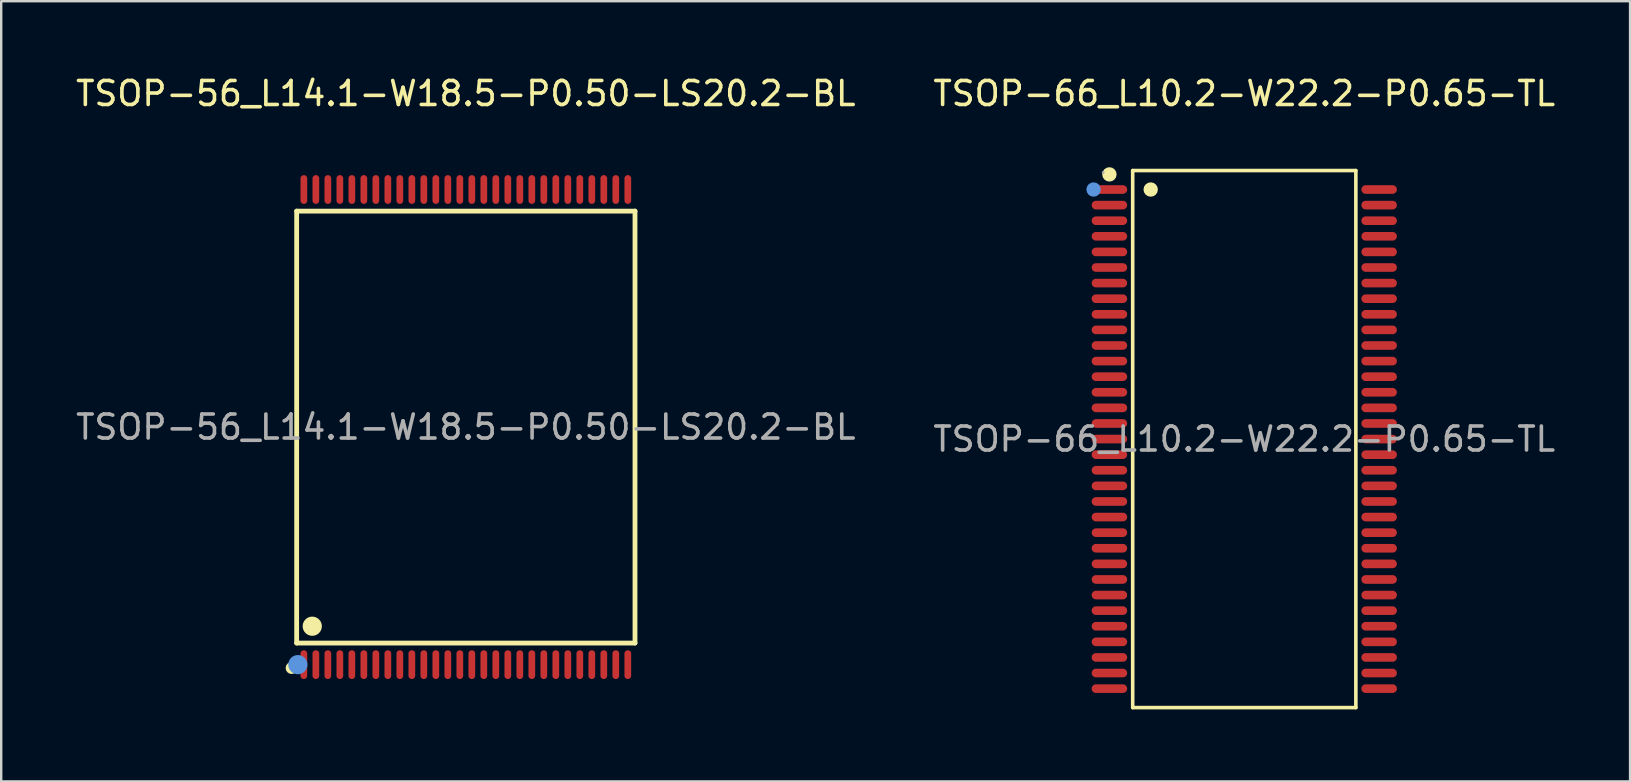
<source format=kicad_pcb>
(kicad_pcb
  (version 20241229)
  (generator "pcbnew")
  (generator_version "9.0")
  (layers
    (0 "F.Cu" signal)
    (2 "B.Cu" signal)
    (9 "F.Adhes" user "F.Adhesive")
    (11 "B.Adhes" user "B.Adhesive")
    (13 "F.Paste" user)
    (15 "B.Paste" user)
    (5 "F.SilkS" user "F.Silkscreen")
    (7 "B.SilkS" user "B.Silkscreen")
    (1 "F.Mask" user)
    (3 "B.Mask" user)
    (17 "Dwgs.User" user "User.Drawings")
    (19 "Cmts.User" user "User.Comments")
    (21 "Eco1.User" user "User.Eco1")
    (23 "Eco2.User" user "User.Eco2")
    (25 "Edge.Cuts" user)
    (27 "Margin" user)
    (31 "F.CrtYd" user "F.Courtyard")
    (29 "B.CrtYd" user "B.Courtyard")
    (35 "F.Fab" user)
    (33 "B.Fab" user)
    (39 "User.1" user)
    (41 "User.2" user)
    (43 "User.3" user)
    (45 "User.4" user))
  (footprint "TSOP-66_L10.2-W22.2-P0.65-TL"
    (layer "F.Cu")
    (at 48.804 15.248)
    (property "Reference" "TSOP-66_L10.2-W22.2-P0.65-TL" (at 0 -14.4 0) (layer "F.SilkS") (effects (font (size 1 1) (thickness 0.15))))
    (attr through_hole)
    (fp_line (start -4.65 -11.19) (end 4.65 -11.19) (stroke (width 0.15) (type solid)) (layer "F.SilkS"))
    (fp_line (start -4.65 11.19) (end -4.65 -11.19) (stroke (width 0.15) (type solid)) (layer "F.SilkS"))
    (fp_line (start 4.65 -11.19) (end 4.65 11.19) (stroke (width 0.15) (type solid)) (layer "F.SilkS"))
    (fp_line (start 4.65 11.19) (end -4.65 11.19) (stroke (width 0.15) (type solid)) (layer "F.SilkS"))
    (fp_circle (center -5.62 -11.03) (end -5.47 -11.03) (stroke (width 0.3) (type solid)) (fill no) (layer "F.SilkS"))
    (fp_circle (center -3.9 -10.4) (end -3.75 -10.4) (stroke (width 0.3) (type solid)) (fill no) (layer "F.SilkS"))
    (fp_circle (center -6.28 -10.4) (end -6.13 -10.4) (stroke (width 0.3) (type solid)) (fill no) (layer "Cmts.User"))
    (fp_circle (center -5.88 -11.11) (end -5.85 -11.11) (stroke (width 0.06) (type solid)) (fill no) (layer "F.Fab"))
    (fp_text user "${REFERENCE}" (at 0 0 0) (layer "F.Fab") (effects (font (size 1 1) (thickness 0.15))))
    (pad "1" smd oval (at -5.62 -10.4 270) (size 0.36 1.48) (layers "F.Cu" "F.Mask" "F.Paste"))
    (pad "2" smd oval (at -5.62 -9.75 270) (size 0.36 1.48) (layers "F.Cu" "F.Mask" "F.Paste"))
    (pad "3" smd oval (at -5.62 -9.1 270) (size 0.36 1.48) (layers "F.Cu" "F.Mask" "F.Paste"))
    (pad "4" smd oval (at -5.62 -8.45 270) (size 0.36 1.48) (layers "F.Cu" "F.Mask" "F.Paste"))
    (pad "5" smd oval (at -5.62 -7.8 270) (size 0.36 1.48) (layers "F.Cu" "F.Mask" "F.Paste"))
    (pad "6" smd oval (at -5.62 -7.15 270) (size 0.36 1.48) (layers "F.Cu" "F.Mask" "F.Paste"))
    (pad "7" smd oval (at -5.62 -6.5 270) (size 0.36 1.48) (layers "F.Cu" "F.Mask" "F.Paste"))
    (pad "8" smd oval (at -5.62 -5.85 270) (size 0.36 1.48) (layers "F.Cu" "F.Mask" "F.Paste"))
    (pad "9" smd oval (at -5.62 -5.2 270) (size 0.36 1.48) (layers "F.Cu" "F.Mask" "F.Paste"))
    (pad "10" smd oval (at -5.62 -4.55 270) (size 0.36 1.48) (layers "F.Cu" "F.Mask" "F.Paste"))
    (pad "11" smd oval (at -5.62 -3.9 270) (size 0.36 1.48) (layers "F.Cu" "F.Mask" "F.Paste"))
    (pad "12" smd oval (at -5.62 -3.25 270) (size 0.36 1.48) (layers "F.Cu" "F.Mask" "F.Paste"))
    (pad "13" smd oval (at -5.62 -2.6 270) (size 0.36 1.48) (layers "F.Cu" "F.Mask" "F.Paste"))
    (pad "14" smd oval (at -5.62 -1.95 270) (size 0.36 1.48) (layers "F.Cu" "F.Mask" "F.Paste"))
    (pad "15" smd oval (at -5.62 -1.3 270) (size 0.36 1.48) (layers "F.Cu" "F.Mask" "F.Paste"))
    (pad "16" smd oval (at -5.62 -0.65 270) (size 0.36 1.48) (layers "F.Cu" "F.Mask" "F.Paste"))
    (pad "17" smd oval (at -5.62 0 270) (size 0.36 1.48) (layers "F.Cu" "F.Mask" "F.Paste"))
    (pad "18" smd oval (at -5.62 0.65 270) (size 0.36 1.48) (layers "F.Cu" "F.Mask" "F.Paste"))
    (pad "19" smd oval (at -5.62 1.3 270) (size 0.36 1.48) (layers "F.Cu" "F.Mask" "F.Paste"))
    (pad "20" smd oval (at -5.62 1.95 270) (size 0.36 1.48) (layers "F.Cu" "F.Mask" "F.Paste"))
    (pad "21" smd oval (at -5.62 2.6 270) (size 0.36 1.48) (layers "F.Cu" "F.Mask" "F.Paste"))
    (pad "22" smd oval (at -5.62 3.25 270) (size 0.36 1.48) (layers "F.Cu" "F.Mask" "F.Paste"))
    (pad "23" smd oval (at -5.62 3.9 270) (size 0.36 1.48) (layers "F.Cu" "F.Mask" "F.Paste"))
    (pad "24" smd oval (at -5.62 4.55 270) (size 0.36 1.48) (layers "F.Cu" "F.Mask" "F.Paste"))
    (pad "25" smd oval (at -5.62 5.2 270) (size 0.36 1.48) (layers "F.Cu" "F.Mask" "F.Paste"))
    (pad "26" smd oval (at -5.62 5.85 270) (size 0.36 1.48) (layers "F.Cu" "F.Mask" "F.Paste"))
    (pad "27" smd oval (at -5.62 6.5 270) (size 0.36 1.48) (layers "F.Cu" "F.Mask" "F.Paste"))
    (pad "28" smd oval (at -5.62 7.15 270) (size 0.36 1.48) (layers "F.Cu" "F.Mask" "F.Paste"))
    (pad "29" smd oval (at -5.62 7.8 270) (size 0.36 1.48) (layers "F.Cu" "F.Mask" "F.Paste"))
    (pad "30" smd oval (at -5.62 8.45 270) (size 0.36 1.48) (layers "F.Cu" "F.Mask" "F.Paste"))
    (pad "31" smd oval (at -5.62 9.1 270) (size 0.36 1.48) (layers "F.Cu" "F.Mask" "F.Paste"))
    (pad "32" smd oval (at -5.62 9.75 270) (size 0.36 1.48) (layers "F.Cu" "F.Mask" "F.Paste"))
    (pad "33" smd oval (at -5.62 10.4 270) (size 0.36 1.48) (layers "F.Cu" "F.Mask" "F.Paste"))
    (pad "34" smd oval (at 5.62 10.4 270) (size 0.36 1.48) (layers "F.Cu" "F.Mask" "F.Paste"))
    (pad "35" smd oval (at 5.62 9.75 270) (size 0.36 1.48) (layers "F.Cu" "F.Mask" "F.Paste"))
    (pad "36" smd oval (at 5.62 9.1 270) (size 0.36 1.48) (layers "F.Cu" "F.Mask" "F.Paste"))
    (pad "37" smd oval (at 5.62 8.45 270) (size 0.36 1.48) (layers "F.Cu" "F.Mask" "F.Paste"))
    (pad "38" smd oval (at 5.62 7.8 270) (size 0.36 1.48) (layers "F.Cu" "F.Mask" "F.Paste"))
    (pad "39" smd oval (at 5.62 7.15 270) (size 0.36 1.48) (layers "F.Cu" "F.Mask" "F.Paste"))
    (pad "40" smd oval (at 5.62 6.5 270) (size 0.36 1.48) (layers "F.Cu" "F.Mask" "F.Paste"))
    (pad "41" smd oval (at 5.62 5.85 270) (size 0.36 1.48) (layers "F.Cu" "F.Mask" "F.Paste"))
    (pad "42" smd oval (at 5.62 5.2 270) (size 0.36 1.48) (layers "F.Cu" "F.Mask" "F.Paste"))
    (pad "43" smd oval (at 5.62 4.55 270) (size 0.36 1.48) (layers "F.Cu" "F.Mask" "F.Paste"))
    (pad "44" smd oval (at 5.62 3.9 270) (size 0.36 1.48) (layers "F.Cu" "F.Mask" "F.Paste"))
    (pad "45" smd oval (at 5.62 3.25 270) (size 0.36 1.48) (layers "F.Cu" "F.Mask" "F.Paste"))
    (pad "46" smd oval (at 5.62 2.6 270) (size 0.36 1.48) (layers "F.Cu" "F.Mask" "F.Paste"))
    (pad "47" smd oval (at 5.62 1.95 270) (size 0.36 1.48) (layers "F.Cu" "F.Mask" "F.Paste"))
    (pad "48" smd oval (at 5.62 1.3 270) (size 0.36 1.48) (layers "F.Cu" "F.Mask" "F.Paste"))
    (pad "49" smd oval (at 5.62 0.65 270) (size 0.36 1.48) (layers "F.Cu" "F.Mask" "F.Paste"))
    (pad "50" smd oval (at 5.62 0 270) (size 0.36 1.48) (layers "F.Cu" "F.Mask" "F.Paste"))
    (pad "51" smd oval (at 5.62 -0.65 270) (size 0.36 1.48) (layers "F.Cu" "F.Mask" "F.Paste"))
    (pad "52" smd oval (at 5.62 -1.3 270) (size 0.36 1.48) (layers "F.Cu" "F.Mask" "F.Paste"))
    (pad "53" smd oval (at 5.62 -1.95 270) (size 0.36 1.48) (layers "F.Cu" "F.Mask" "F.Paste"))
    (pad "54" smd oval (at 5.62 -2.6 270) (size 0.36 1.48) (layers "F.Cu" "F.Mask" "F.Paste"))
    (pad "55" smd oval (at 5.62 -3.25 270) (size 0.36 1.48) (layers "F.Cu" "F.Mask" "F.Paste"))
    (pad "56" smd oval (at 5.62 -3.9 270) (size 0.36 1.48) (layers "F.Cu" "F.Mask" "F.Paste"))
    (pad "57" smd oval (at 5.62 -4.55 270) (size 0.36 1.48) (layers "F.Cu" "F.Mask" "F.Paste"))
    (pad "58" smd oval (at 5.62 -5.2 270) (size 0.36 1.48) (layers "F.Cu" "F.Mask" "F.Paste"))
    (pad "59" smd oval (at 5.62 -5.85 270) (size 0.36 1.48) (layers "F.Cu" "F.Mask" "F.Paste"))
    (pad "60" smd oval (at 5.62 -6.5 270) (size 0.36 1.48) (layers "F.Cu" "F.Mask" "F.Paste"))
    (pad "61" smd oval (at 5.62 -7.15 270) (size 0.36 1.48) (layers "F.Cu" "F.Mask" "F.Paste"))
    (pad "62" smd oval (at 5.62 -7.8 270) (size 0.36 1.48) (layers "F.Cu" "F.Mask" "F.Paste"))
    (pad "63" smd oval (at 5.62 -8.45 270) (size 0.36 1.48) (layers "F.Cu" "F.Mask" "F.Paste"))
    (pad "64" smd oval (at 5.62 -9.1 270) (size 0.36 1.48) (layers "F.Cu" "F.Mask" "F.Paste"))
    (pad "65" smd oval (at 5.62 -9.75 270) (size 0.36 1.48) (layers "F.Cu" "F.Mask" "F.Paste"))
    (pad "66" smd oval (at 5.62 -10.4 270) (size 0.36 1.48) (layers "F.Cu" "F.Mask" "F.Paste")))
  (footprint "TSOP-56_L14.1-W18.5-P0.50-LS20.2-BL"
    (layer "F.Cu")
    (at 16.363 14.748)
    (property "Reference" "TSOP-56_L14.1-W18.5-P0.50-LS20.2-BL" (at 0 -13.9 0) (layer "F.SilkS") (effects (font (size 1 1) (thickness 0.15))))
    (attr through_hole)
    (fp_line (start -7.05 -9) (end 7.05 -9) (stroke (width 0.2) (type solid)) (layer "F.SilkS"))
    (fp_line (start -7.05 9) (end -7.05 -9) (stroke (width 0.2) (type solid)) (layer "F.SilkS"))
    (fp_line (start 7.05 9) (end -7.05 9) (stroke (width 0.2) (type solid)) (layer "F.SilkS"))
    (fp_line (start 7.05 9) (end 7.05 -9) (stroke (width 0.2) (type solid)) (layer "F.SilkS"))
    (fp_arc (start -7.26 10.04) (mid -7.26 10.04) (end -7.26 10.04) (stroke (width 0.25) (type solid)) (layer "F.SilkS"))
    (fp_arc (start -6.6 8.29) (mid -6.199812 8.304988) (end -6.60025 8.300027) (stroke (width 0.4) (type solid)) (layer "F.SilkS"))
    (fp_circle (center -7 9.9) (end -6.8 9.9) (stroke (width 0.4) (type solid)) (fill no) (layer "Cmts.User"))
    (fp_circle (center -7 10) (end -6.97 10) (stroke (width 0.06) (type solid)) (fill no) (layer "F.Fab"))
    (fp_text user "${REFERENCE}" (at 0 0 0) (layer "F.Fab") (effects (font (size 1 1) (thickness 0.15))))
    (pad "1" smd oval (at -6.75 9.9) (size 0.28 1.2) (layers "F.Cu" "F.Mask" "F.Paste"))
    (pad "2" smd oval (at -6.25 9.9) (size 0.28 1.2) (layers "F.Cu" "F.Mask" "F.Paste"))
    (pad "3" smd oval (at -5.75 9.9) (size 0.28 1.2) (layers "F.Cu" "F.Mask" "F.Paste"))
    (pad "4" smd oval (at -5.25 9.9) (size 0.28 1.2) (layers "F.Cu" "F.Mask" "F.Paste"))
    (pad "5" smd oval (at -4.75 9.9) (size 0.28 1.2) (layers "F.Cu" "F.Mask" "F.Paste"))
    (pad "6" smd oval (at -4.25 9.9) (size 0.28 1.2) (layers "F.Cu" "F.Mask" "F.Paste"))
    (pad "7" smd oval (at -3.75 9.9) (size 0.28 1.2) (layers "F.Cu" "F.Mask" "F.Paste"))
    (pad "8" smd oval (at -3.25 9.9) (size 0.28 1.2) (layers "F.Cu" "F.Mask" "F.Paste"))
    (pad "9" smd oval (at -2.75 9.9) (size 0.28 1.2) (layers "F.Cu" "F.Mask" "F.Paste"))
    (pad "10" smd oval (at -2.25 9.9) (size 0.28 1.2) (layers "F.Cu" "F.Mask" "F.Paste"))
    (pad "11" smd oval (at -1.75 9.9) (size 0.28 1.2) (layers "F.Cu" "F.Mask" "F.Paste"))
    (pad "12" smd oval (at -1.25 9.9) (size 0.28 1.2) (layers "F.Cu" "F.Mask" "F.Paste"))
    (pad "13" smd oval (at -0.75 9.9) (size 0.28 1.2) (layers "F.Cu" "F.Mask" "F.Paste"))
    (pad "14" smd oval (at -0.25 9.9) (size 0.28 1.2) (layers "F.Cu" "F.Mask" "F.Paste"))
    (pad "15" smd oval (at 0.25 9.9) (size 0.28 1.2) (layers "F.Cu" "F.Mask" "F.Paste"))
    (pad "16" smd oval (at 0.75 9.9) (size 0.28 1.2) (layers "F.Cu" "F.Mask" "F.Paste"))
    (pad "17" smd oval (at 1.25 9.9) (size 0.28 1.2) (layers "F.Cu" "F.Mask" "F.Paste"))
    (pad "18" smd oval (at 1.75 9.9) (size 0.28 1.2) (layers "F.Cu" "F.Mask" "F.Paste"))
    (pad "19" smd oval (at 2.25 9.9) (size 0.28 1.2) (layers "F.Cu" "F.Mask" "F.Paste"))
    (pad "20" smd oval (at 2.75 9.9) (size 0.28 1.2) (layers "F.Cu" "F.Mask" "F.Paste"))
    (pad "21" smd oval (at 3.25 9.9) (size 0.28 1.2) (layers "F.Cu" "F.Mask" "F.Paste"))
    (pad "22" smd oval (at 3.75 9.9) (size 0.28 1.2) (layers "F.Cu" "F.Mask" "F.Paste"))
    (pad "23" smd oval (at 4.25 9.9) (size 0.28 1.2) (layers "F.Cu" "F.Mask" "F.Paste"))
    (pad "24" smd oval (at 4.75 9.9) (size 0.28 1.2) (layers "F.Cu" "F.Mask" "F.Paste"))
    (pad "25" smd oval (at 5.25 9.9) (size 0.28 1.2) (layers "F.Cu" "F.Mask" "F.Paste"))
    (pad "26" smd oval (at 5.75 9.9) (size 0.28 1.2) (layers "F.Cu" "F.Mask" "F.Paste"))
    (pad "27" smd oval (at 6.25 9.9) (size 0.28 1.2) (layers "F.Cu" "F.Mask" "F.Paste"))
    (pad "28" smd oval (at 6.75 9.9) (size 0.28 1.2) (layers "F.Cu" "F.Mask" "F.Paste"))
    (pad "29" smd oval (at 6.75 -9.9) (size 0.28 1.2) (layers "F.Cu" "F.Mask" "F.Paste"))
    (pad "30" smd oval (at 6.25 -9.9) (size 0.28 1.2) (layers "F.Cu" "F.Mask" "F.Paste"))
    (pad "31" smd oval (at 5.75 -9.9) (size 0.28 1.2) (layers "F.Cu" "F.Mask" "F.Paste"))
    (pad "32" smd oval (at 5.25 -9.9) (size 0.28 1.2) (layers "F.Cu" "F.Mask" "F.Paste"))
    (pad "33" smd oval (at 4.75 -9.9) (size 0.28 1.2) (layers "F.Cu" "F.Mask" "F.Paste"))
    (pad "34" smd oval (at 4.25 -9.9) (size 0.28 1.2) (layers "F.Cu" "F.Mask" "F.Paste"))
    (pad "35" smd oval (at 3.75 -9.9) (size 0.28 1.2) (layers "F.Cu" "F.Mask" "F.Paste"))
    (pad "36" smd oval (at 3.25 -9.9) (size 0.28 1.2) (layers "F.Cu" "F.Mask" "F.Paste"))
    (pad "37" smd oval (at 2.75 -9.9) (size 0.28 1.2) (layers "F.Cu" "F.Mask" "F.Paste"))
    (pad "38" smd oval (at 2.25 -9.9) (size 0.28 1.2) (layers "F.Cu" "F.Mask" "F.Paste"))
    (pad "39" smd oval (at 1.75 -9.9) (size 0.28 1.2) (layers "F.Cu" "F.Mask" "F.Paste"))
    (pad "40" smd oval (at 1.25 -9.9) (size 0.28 1.2) (layers "F.Cu" "F.Mask" "F.Paste"))
    (pad "41" smd oval (at 0.75 -9.9) (size 0.28 1.2) (layers "F.Cu" "F.Mask" "F.Paste"))
    (pad "42" smd oval (at 0.25 -9.9) (size 0.28 1.2) (layers "F.Cu" "F.Mask" "F.Paste"))
    (pad "43" smd oval (at -0.25 -9.9) (size 0.28 1.2) (layers "F.Cu" "F.Mask" "F.Paste"))
    (pad "44" smd oval (at -0.75 -9.9) (size 0.28 1.2) (layers "F.Cu" "F.Mask" "F.Paste"))
    (pad "45" smd oval (at -1.25 -9.9) (size 0.28 1.2) (layers "F.Cu" "F.Mask" "F.Paste"))
    (pad "46" smd oval (at -1.75 -9.9) (size 0.28 1.2) (layers "F.Cu" "F.Mask" "F.Paste"))
    (pad "47" smd oval (at -2.25 -9.9) (size 0.28 1.2) (layers "F.Cu" "F.Mask" "F.Paste"))
    (pad "48" smd oval (at -2.75 -9.9) (size 0.28 1.2) (layers "F.Cu" "F.Mask" "F.Paste"))
    (pad "49" smd oval (at -3.25 -9.9) (size 0.28 1.2) (layers "F.Cu" "F.Mask" "F.Paste"))
    (pad "50" smd oval (at -3.75 -9.9) (size 0.28 1.2) (layers "F.Cu" "F.Mask" "F.Paste"))
    (pad "51" smd oval (at -4.25 -9.9) (size 0.28 1.2) (layers "F.Cu" "F.Mask" "F.Paste"))
    (pad "52" smd oval (at -4.75 -9.9) (size 0.28 1.2) (layers "F.Cu" "F.Mask" "F.Paste"))
    (pad "53" smd oval (at -5.25 -9.9) (size 0.28 1.2) (layers "F.Cu" "F.Mask" "F.Paste"))
    (pad "54" smd oval (at -5.75 -9.9) (size 0.28 1.2) (layers "F.Cu" "F.Mask" "F.Paste"))
    (pad "55" smd oval (at -6.25 -9.9) (size 0.28 1.2) (layers "F.Cu" "F.Mask" "F.Paste"))
    (pad "56" smd oval (at -6.75 -9.9) (size 0.28 1.2) (layers "F.Cu" "F.Mask" "F.Paste")))
  (gr_rect
    (start -3 -3)
    (end 64.881 29.513)
    (stroke (width 0.1) (type default))
    (fill no)
    (layer "Edge.Cuts")))
</source>
